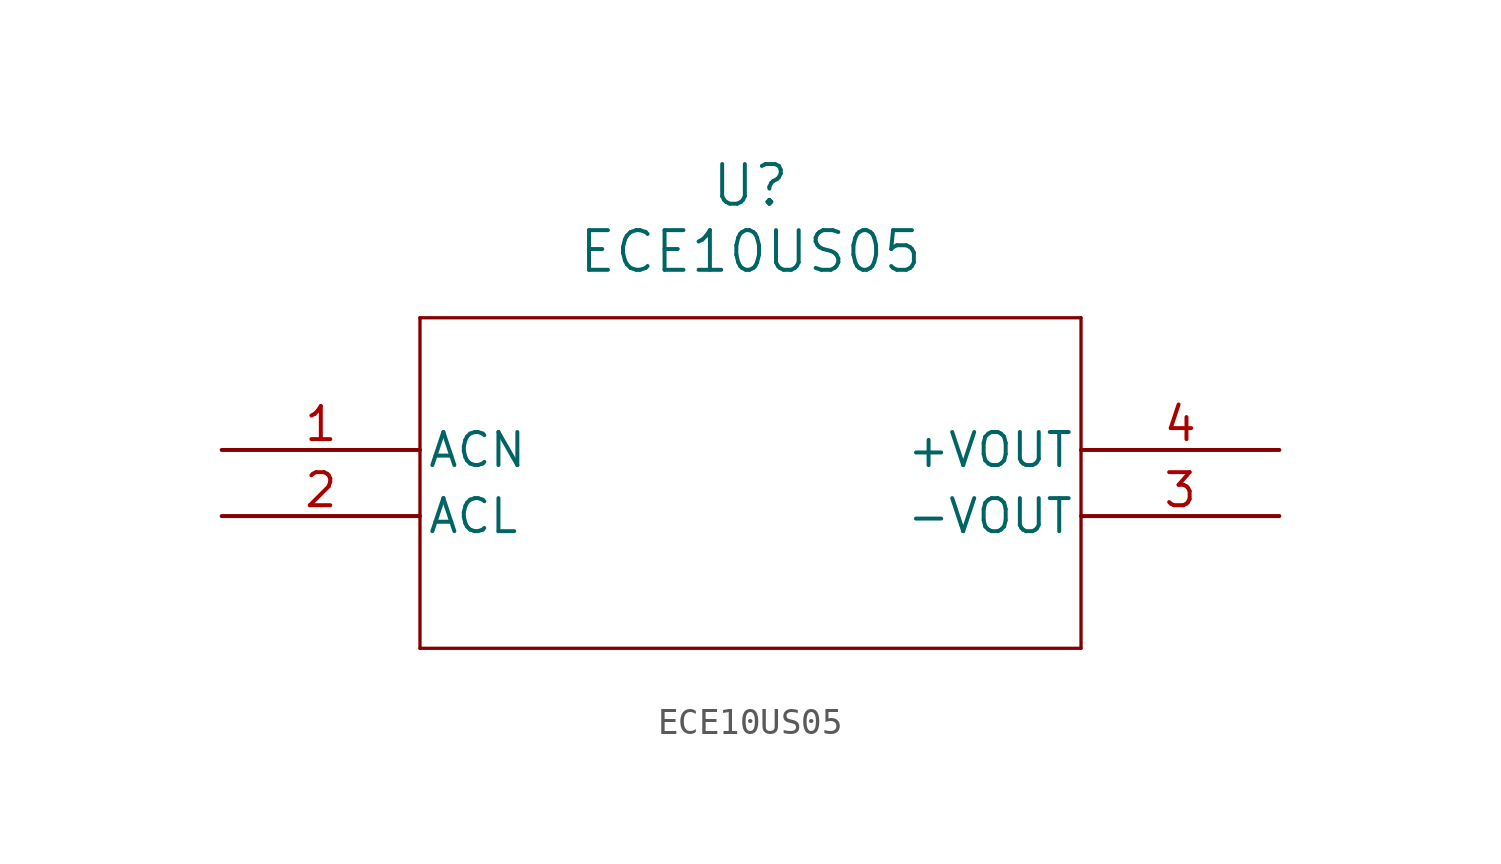
<source format=kicad_sym>
(kicad_symbol_lib
  (version 20211014)
  (generator kicad_symbol_editor)
  (symbol "ECE10US05"
    (pin_names
      (offset 0.254))
    (property "Reference" "U"
      (at 20.32 10.16 0)
      (effects (font (size 1.524 1.524))))
    (property "Value" "ECE10US05"
      (at 20.32 7.62 0)
      (effects (font (size 1.524 1.524))))
    (symbol "ECE10US05_0_1"
      (polyline (pts (xy 7.62 5.08) (xy 7.62 -7.62)) (stroke (width 0.127) (type default) (color 0 0 0 0)) (fill (type none)))
      (polyline (pts (xy 7.62 -7.62) (xy 33.02 -7.62)) (stroke (width 0.127) (type default) (color 0 0 0 0)) (fill (type none)))
      (polyline (pts (xy 33.02 -7.62) (xy 33.02 5.08)) (stroke (width 0.127) (type default) (color 0 0 0 0)) (fill (type none)))
      (polyline (pts (xy 33.02 5.08) (xy 7.62 5.08)) (stroke (width 0.127) (type default) (color 0 0 0 0)) (fill (type none)))
      (pin unspecified line (at 0 0 0) (length 7.62) (name "ACN" (effects (font (size 1.27 1.27)))) (number "1" (effects (font (size 1.27 1.27)))))
      (pin unspecified line (at 0 -2.54 0) (length 7.62) (name "ACL" (effects (font (size 1.27 1.27)))) (number "2" (effects (font (size 1.27 1.27)))))
      (pin output line (at 40.64 -2.54 180) (length 7.62) (name "-VOUT" (effects (font (size 1.27 1.27)))) (number "3" (effects (font (size 1.27 1.27)))))
      (pin output line (at 40.64 0 180) (length 7.62) (name "+VOUT" (effects (font (size 1.27 1.27)))) (number "4" (effects (font (size 1.27 1.27))))))))
</source>
